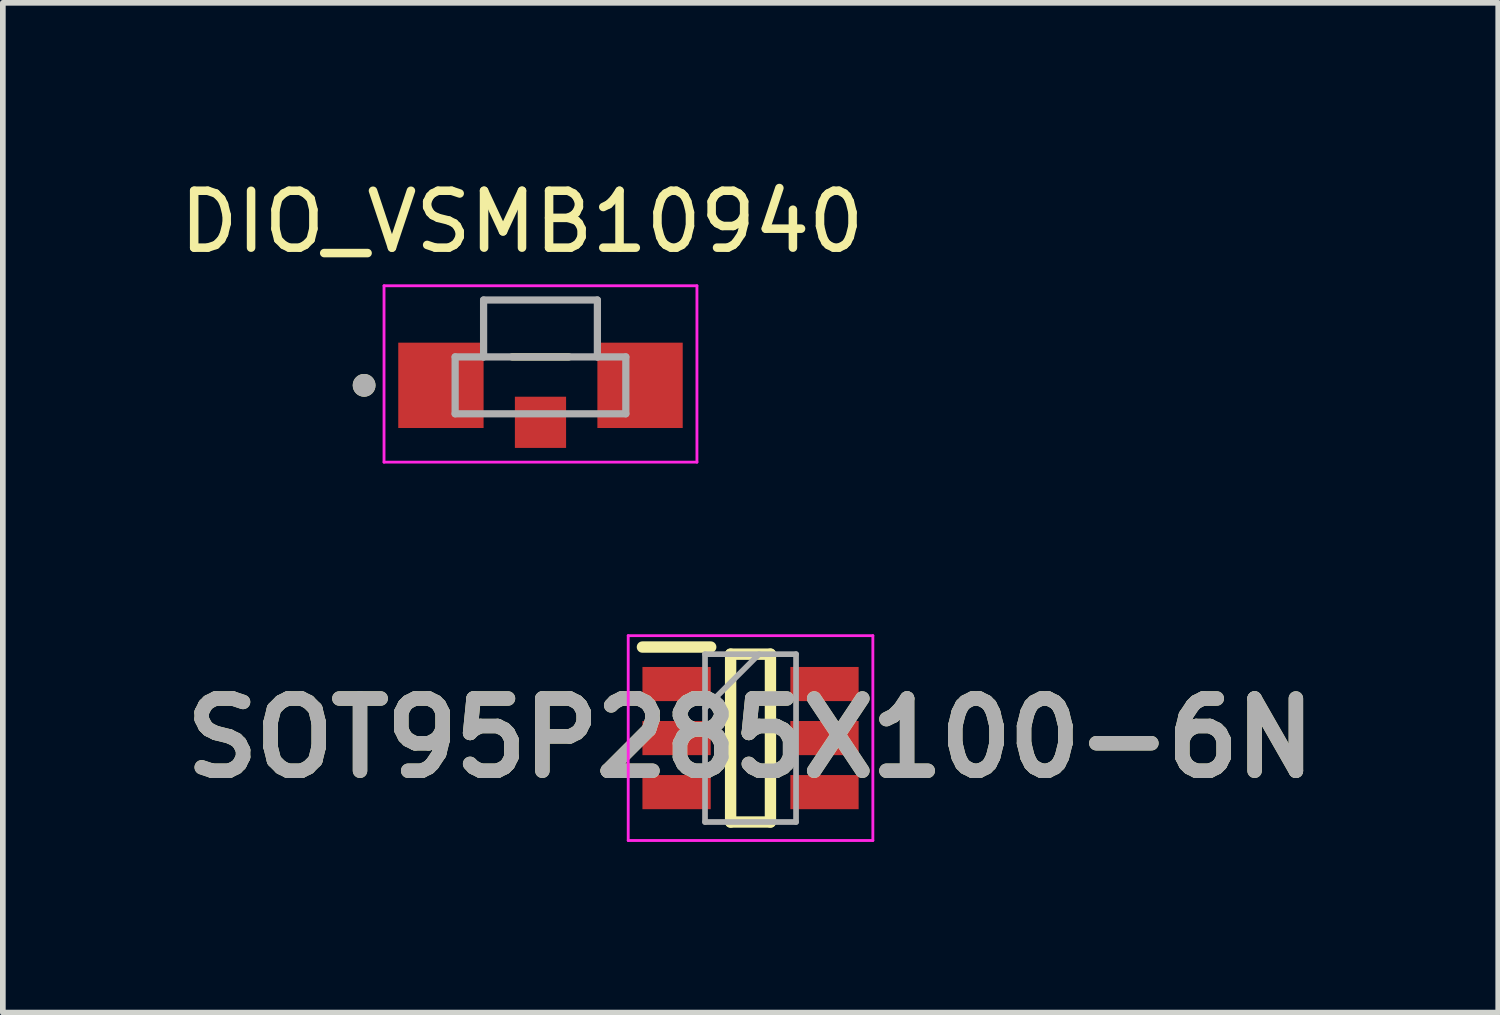
<source format=kicad_pcb>
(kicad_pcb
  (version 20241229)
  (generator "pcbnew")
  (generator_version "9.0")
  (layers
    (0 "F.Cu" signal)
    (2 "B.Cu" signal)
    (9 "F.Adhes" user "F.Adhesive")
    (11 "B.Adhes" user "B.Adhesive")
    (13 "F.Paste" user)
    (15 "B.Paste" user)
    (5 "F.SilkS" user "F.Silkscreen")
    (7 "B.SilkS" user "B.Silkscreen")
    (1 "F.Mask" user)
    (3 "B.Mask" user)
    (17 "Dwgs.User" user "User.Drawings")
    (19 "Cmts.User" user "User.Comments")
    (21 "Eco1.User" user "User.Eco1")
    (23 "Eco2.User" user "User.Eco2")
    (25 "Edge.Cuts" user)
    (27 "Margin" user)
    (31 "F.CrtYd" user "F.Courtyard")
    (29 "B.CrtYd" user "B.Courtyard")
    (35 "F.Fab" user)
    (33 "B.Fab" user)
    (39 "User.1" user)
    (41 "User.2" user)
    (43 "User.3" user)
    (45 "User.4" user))
  (footprint "DIO_VSMB10940"
    (layer "F.Cu")
    (at 6.45 3.723)
    (property "Reference" "DIO_VSMB10940" (at -0.325 -2.875 0) (layer "F.SilkS") (effects (font (size 1 1) (thickness 0.15))))
    (attr smd)
    (fp_line (start -0.5 -0.5) (end 0.5 -0.5) (stroke (width 0.127) (type solid)) (layer "F.SilkS"))
    (fp_circle (center -3.1 0) (end -3 0) (stroke (width 0.2) (type solid)) (fill no) (layer "F.SilkS"))
    (fp_line (start -2.75 -1.75) (end 2.75 -1.75) (stroke (width 0.05) (type solid)) (layer "F.CrtYd"))
    (fp_line (start -2.75 1.35) (end -2.75 -1.75) (stroke (width 0.05) (type solid)) (layer "F.CrtYd"))
    (fp_line (start 2.75 -1.75) (end 2.75 1.35) (stroke (width 0.05) (type solid)) (layer "F.CrtYd"))
    (fp_line (start 2.75 1.35) (end -2.75 1.35) (stroke (width 0.05) (type solid)) (layer "F.CrtYd"))
    (fp_line (start -1.5 -0.5) (end -1 -0.5) (stroke (width 0.127) (type solid)) (layer "F.Fab"))
    (fp_line (start -1.5 0.5) (end -1.5 -0.5) (stroke (width 0.127) (type solid)) (layer "F.Fab"))
    (fp_line (start -1 -1.5) (end 1 -1.5) (stroke (width 0.127) (type solid)) (layer "F.Fab"))
    (fp_line (start -1 -0.5) (end -1 -1.5) (stroke (width 0.127) (type solid)) (layer "F.Fab"))
    (fp_line (start -1 -0.5) (end 1 -0.5) (stroke (width 0.127) (type solid)) (layer "F.Fab"))
    (fp_line (start 1 -1.5) (end 1 -0.5) (stroke (width 0.127) (type solid)) (layer "F.Fab"))
    (fp_line (start 1 -0.5) (end 1.5 -0.5) (stroke (width 0.127) (type solid)) (layer "F.Fab"))
    (fp_line (start 1.5 -0.5) (end 1.5 0.5) (stroke (width 0.127) (type solid)) (layer "F.Fab"))
    (fp_line (start 1.5 0.5) (end -1.5 0.5) (stroke (width 0.127) (type solid)) (layer "F.Fab"))
    (fp_circle (center -3.1 0) (end -3 0) (stroke (width 0.2) (type solid)) (fill no) (layer "F.Fab"))
    (pad "1" smd rect (at 0 0.65) (size 0.9 0.9) (layers "F.Cu" "F.Mask" "F.Paste"))
    (pad "A" smd rect (at 1.75 0) (size 1.5 1.5) (layers "F.Cu" "F.Mask" "F.Paste"))
    (pad "C" smd rect (at -1.75 0) (size 1.5 1.5) (layers "F.Cu" "F.Mask" "F.Paste")))
  (footprint "SOT95P285X100-6N"
    (layer "F.Cu")
    (at 10.142 9.923)
    (property "Reference" "SOT95P285X100-6N" (at 0 0 0) (layer "F.SilkS") (effects (font (size 1.27 1.27) (thickness 0.254))))
    (attr smd)
    (fp_line (start -1.9 -1.6) (end -0.7 -1.6) (stroke (width 0.2) (type solid)) (layer "F.SilkS"))
    (fp_line (start -0.35 -1.475) (end 0.35 -1.475) (stroke (width 0.2) (type solid)) (layer "F.SilkS"))
    (fp_line (start -0.35 1.475) (end -0.35 -1.475) (stroke (width 0.2) (type solid)) (layer "F.SilkS"))
    (fp_line (start 0.35 -1.475) (end 0.35 1.475) (stroke (width 0.2) (type solid)) (layer "F.SilkS"))
    (fp_line (start 0.35 1.475) (end -0.35 1.475) (stroke (width 0.2) (type solid)) (layer "F.SilkS"))
    (fp_line (start -2.15 -1.8) (end 2.15 -1.8) (stroke (width 0.05) (type solid)) (layer "F.CrtYd"))
    (fp_line (start -2.15 1.8) (end -2.15 -1.8) (stroke (width 0.05) (type solid)) (layer "F.CrtYd"))
    (fp_line (start 2.15 -1.8) (end 2.15 1.8) (stroke (width 0.05) (type solid)) (layer "F.CrtYd"))
    (fp_line (start 2.15 1.8) (end -2.15 1.8) (stroke (width 0.05) (type solid)) (layer "F.CrtYd"))
    (fp_line (start -0.8 -1.475) (end 0.8 -1.475) (stroke (width 0.1) (type solid)) (layer "F.Fab"))
    (fp_line (start -0.8 -0.525) (end 0.15 -1.475) (stroke (width 0.1) (type solid)) (layer "F.Fab"))
    (fp_line (start -0.8 1.475) (end -0.8 -1.475) (stroke (width 0.1) (type solid)) (layer "F.Fab"))
    (fp_line (start 0.8 -1.475) (end 0.8 1.475) (stroke (width 0.1) (type solid)) (layer "F.Fab"))
    (fp_line (start 0.8 1.475) (end -0.8 1.475) (stroke (width 0.1) (type solid)) (layer "F.Fab"))
    (fp_text user "${REFERENCE}" (at 0 0 0) (layer "F.Fab") (effects (font (size 1.27 1.27) (thickness 0.254))))
    (pad "1" smd rect (at -1.3 -0.95 90) (size 0.6 1.2) (layers "F.Cu" "F.Mask" "F.Paste"))
    (pad "2" smd rect (at -1.3 0 90) (size 0.6 1.2) (layers "F.Cu" "F.Mask" "F.Paste"))
    (pad "3" smd rect (at -1.3 0.95 90) (size 0.6 1.2) (layers "F.Cu" "F.Mask" "F.Paste"))
    (pad "4" smd rect (at 1.3 0.95 90) (size 0.6 1.2) (layers "F.Cu" "F.Mask" "F.Paste"))
    (pad "5" smd rect (at 1.3 0 90) (size 0.6 1.2) (layers "F.Cu" "F.Mask" "F.Paste"))
    (pad "6" smd rect (at 1.3 -0.95 90) (size 0.6 1.2) (layers "F.Cu" "F.Mask" "F.Paste")))
  (gr_rect
    (start -3 -3)
    (end 23.284 14.748)
    (stroke (width 0.1) (type default))
    (fill no)
    (layer "Edge.Cuts")))
</source>
